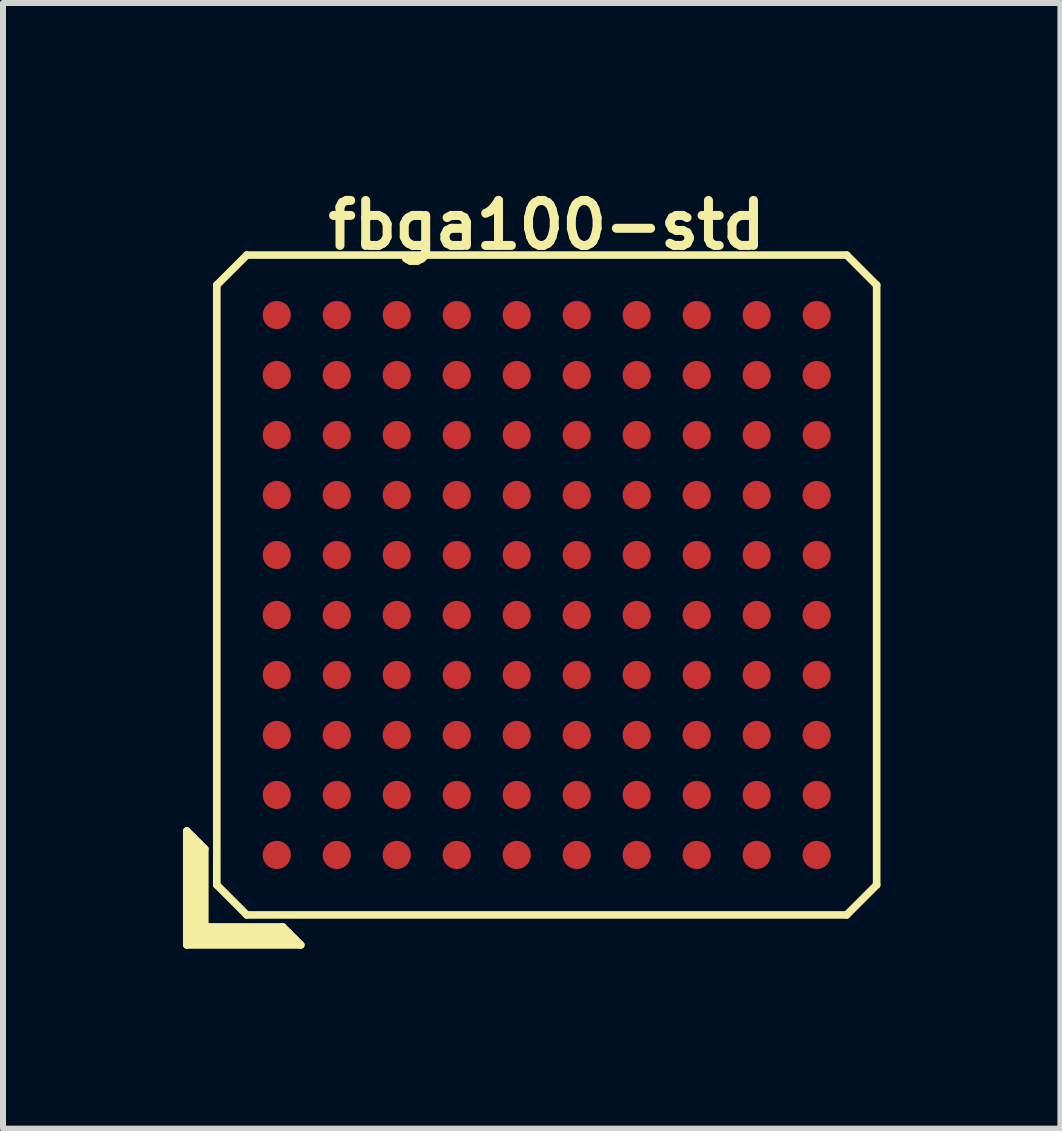
<source format=kicad_pcb>
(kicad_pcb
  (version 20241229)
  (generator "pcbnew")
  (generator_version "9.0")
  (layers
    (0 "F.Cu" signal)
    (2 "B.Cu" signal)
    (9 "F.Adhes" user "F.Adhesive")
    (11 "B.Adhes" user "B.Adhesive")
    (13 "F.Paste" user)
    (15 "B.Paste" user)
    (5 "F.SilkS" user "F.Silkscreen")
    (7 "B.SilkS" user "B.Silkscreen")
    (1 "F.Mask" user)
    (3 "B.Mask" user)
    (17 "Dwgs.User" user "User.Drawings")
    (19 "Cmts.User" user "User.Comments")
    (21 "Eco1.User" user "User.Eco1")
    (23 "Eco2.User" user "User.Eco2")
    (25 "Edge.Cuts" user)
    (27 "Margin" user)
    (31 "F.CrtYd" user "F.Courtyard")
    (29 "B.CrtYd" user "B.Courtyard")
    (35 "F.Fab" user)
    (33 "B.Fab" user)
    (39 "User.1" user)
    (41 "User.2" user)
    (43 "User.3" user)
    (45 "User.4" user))
  (footprint "fbga100-std"
    (layer "F.Cu")
    (at 6.064 6.702)
    (property "Reference" "fbga100-std" (at 0 -6 0) (layer "F.SilkS") (effects (font (size 0.75 0.75) (thickness 0.15))))
    (attr smd)
    (fp_line (start -6 4.1) (end -5.7 4.4) (stroke (width 0.127) (type solid)) (layer "F.SilkS"))
    (fp_line (start -6 6) (end -6 4.1) (stroke (width 0.127) (type solid)) (layer "F.SilkS"))
    (fp_line (start -5.9 5.9) (end -5.9 4.2) (stroke (width 0.127) (type solid)) (layer "F.SilkS"))
    (fp_line (start -5.8 4.3) (end -5.8 5.8) (stroke (width 0.127) (type solid)) (layer "F.SilkS"))
    (fp_line (start -5.8 5.8) (end -4.3 5.8) (stroke (width 0.127) (type solid)) (layer "F.SilkS"))
    (fp_line (start -5.7 4.4) (end -5.7 5.7) (stroke (width 0.127) (type solid)) (layer "F.SilkS"))
    (fp_line (start -5.7 5.7) (end -4.4 5.7) (stroke (width 0.127) (type solid)) (layer "F.SilkS"))
    (fp_line (start -5.5 -5) (end -5 -5.5) (stroke (width 0.127) (type solid)) (layer "F.SilkS"))
    (fp_line (start -5.5 5) (end -5.5 -5) (stroke (width 0.127) (type solid)) (layer "F.SilkS"))
    (fp_line (start -5 -5.5) (end 5 -5.5) (stroke (width 0.127) (type solid)) (layer "F.SilkS"))
    (fp_line (start -5 5.5) (end -5.5 5) (stroke (width 0.127) (type solid)) (layer "F.SilkS"))
    (fp_line (start -4.4 5.7) (end -4.1 6) (stroke (width 0.127) (type solid)) (layer "F.SilkS"))
    (fp_line (start -4.2 5.9) (end -5.9 5.9) (stroke (width 0.127) (type solid)) (layer "F.SilkS"))
    (fp_line (start -4.1 6) (end -6 6) (stroke (width 0.127) (type solid)) (layer "F.SilkS"))
    (fp_line (start 5 -5.5) (end 5.5 -5) (stroke (width 0.127) (type solid)) (layer "F.SilkS"))
    (fp_line (start 5 5.5) (end -5 5.5) (stroke (width 0.127) (type solid)) (layer "F.SilkS"))
    (fp_line (start 5.5 -5) (end 5.5 5) (stroke (width 0.127) (type solid)) (layer "F.SilkS"))
    (fp_line (start 5.5 5) (end 5 5.5) (stroke (width 0.127) (type solid)) (layer "F.SilkS"))
    (pad "A1" smd circle (at -4.5 4.5) (size 0.47 0.47) (layers "F.Cu" "F.Mask" "F.Paste"))
    (pad "A2" smd circle (at -4.5 3.5) (size 0.47 0.47) (layers "F.Cu" "F.Mask" "F.Paste"))
    (pad "A3" smd circle (at -4.5 2.5) (size 0.47 0.47) (layers "F.Cu" "F.Mask" "F.Paste"))
    (pad "A4" smd circle (at -4.5 1.5) (size 0.47 0.47) (layers "F.Cu" "F.Mask" "F.Paste"))
    (pad "A5" smd circle (at -4.5 0.5) (size 0.47 0.47) (layers "F.Cu" "F.Mask" "F.Paste"))
    (pad "A6" smd circle (at -4.5 -0.5) (size 0.47 0.47) (layers "F.Cu" "F.Mask" "F.Paste"))
    (pad "A7" smd circle (at -4.5 -1.5) (size 0.47 0.47) (layers "F.Cu" "F.Mask" "F.Paste"))
    (pad "A8" smd circle (at -4.5 -2.5) (size 0.47 0.47) (layers "F.Cu" "F.Mask" "F.Paste"))
    (pad "A9" smd circle (at -4.5 -3.5) (size 0.47 0.47) (layers "F.Cu" "F.Mask" "F.Paste"))
    (pad "A10" smd circle (at -4.5 -4.5) (size 0.47 0.47) (layers "F.Cu" "F.Mask" "F.Paste"))
    (pad "B1" smd circle (at -3.5 4.5) (size 0.47 0.47) (layers "F.Cu" "F.Mask" "F.Paste"))
    (pad "B2" smd circle (at -3.5 3.5) (size 0.47 0.47) (layers "F.Cu" "F.Mask" "F.Paste"))
    (pad "B3" smd circle (at -3.5 2.5) (size 0.47 0.47) (layers "F.Cu" "F.Mask" "F.Paste"))
    (pad "B4" smd circle (at -3.5 1.5) (size 0.47 0.47) (layers "F.Cu" "F.Mask" "F.Paste"))
    (pad "B5" smd circle (at -3.5 0.5) (size 0.47 0.47) (layers "F.Cu" "F.Mask" "F.Paste"))
    (pad "B6" smd circle (at -3.5 -0.5) (size 0.47 0.47) (layers "F.Cu" "F.Mask" "F.Paste"))
    (pad "B7" smd circle (at -3.5 -1.5) (size 0.47 0.47) (layers "F.Cu" "F.Mask" "F.Paste"))
    (pad "B8" smd circle (at -3.5 -2.5) (size 0.47 0.47) (layers "F.Cu" "F.Mask" "F.Paste"))
    (pad "B9" smd circle (at -3.5 -3.5) (size 0.47 0.47) (layers "F.Cu" "F.Mask" "F.Paste"))
    (pad "B10" smd circle (at -3.5 -4.5) (size 0.47 0.47) (layers "F.Cu" "F.Mask" "F.Paste"))
    (pad "C1" smd circle (at -2.5 4.5) (size 0.47 0.47) (layers "F.Cu" "F.Mask" "F.Paste"))
    (pad "C2" smd circle (at -2.5 3.5) (size 0.47 0.47) (layers "F.Cu" "F.Mask" "F.Paste"))
    (pad "C3" smd circle (at -2.5 2.5) (size 0.47 0.47) (layers "F.Cu" "F.Mask" "F.Paste"))
    (pad "C4" smd circle (at -2.5 1.5) (size 0.47 0.47) (layers "F.Cu" "F.Mask" "F.Paste"))
    (pad "C5" smd circle (at -2.5 0.5) (size 0.47 0.47) (layers "F.Cu" "F.Mask" "F.Paste"))
    (pad "C6" smd circle (at -2.5 -0.5) (size 0.47 0.47) (layers "F.Cu" "F.Mask" "F.Paste"))
    (pad "C7" smd circle (at -2.5 -1.5) (size 0.47 0.47) (layers "F.Cu" "F.Mask" "F.Paste"))
    (pad "C8" smd circle (at -2.5 -2.5) (size 0.47 0.47) (layers "F.Cu" "F.Mask" "F.Paste"))
    (pad "C9" smd circle (at -2.5 -3.5) (size 0.47 0.47) (layers "F.Cu" "F.Mask" "F.Paste"))
    (pad "C10" smd circle (at -2.5 -4.5) (size 0.47 0.47) (layers "F.Cu" "F.Mask" "F.Paste"))
    (pad "D1" smd circle (at -1.5 4.5) (size 0.47 0.47) (layers "F.Cu" "F.Mask" "F.Paste"))
    (pad "D2" smd circle (at -1.5 3.5) (size 0.47 0.47) (layers "F.Cu" "F.Mask" "F.Paste"))
    (pad "D3" smd circle (at -1.5 2.5) (size 0.47 0.47) (layers "F.Cu" "F.Mask" "F.Paste"))
    (pad "D4" smd circle (at -1.5 1.5) (size 0.47 0.47) (layers "F.Cu" "F.Mask" "F.Paste"))
    (pad "D5" smd circle (at -1.5 0.5) (size 0.47 0.47) (layers "F.Cu" "F.Mask" "F.Paste"))
    (pad "D6" smd circle (at -1.5 -0.5) (size 0.47 0.47) (layers "F.Cu" "F.Mask" "F.Paste"))
    (pad "D7" smd circle (at -1.5 -1.5) (size 0.47 0.47) (layers "F.Cu" "F.Mask" "F.Paste"))
    (pad "D8" smd circle (at -1.5 -2.5) (size 0.47 0.47) (layers "F.Cu" "F.Mask" "F.Paste"))
    (pad "D9" smd circle (at -1.5 -3.5) (size 0.47 0.47) (layers "F.Cu" "F.Mask" "F.Paste"))
    (pad "D10" smd circle (at -1.5 -4.5) (size 0.47 0.47) (layers "F.Cu" "F.Mask" "F.Paste"))
    (pad "E1" smd circle (at -0.5 4.5) (size 0.47 0.47) (layers "F.Cu" "F.Mask" "F.Paste"))
    (pad "E2" smd circle (at -0.5 3.5) (size 0.47 0.47) (layers "F.Cu" "F.Mask" "F.Paste"))
    (pad "E3" smd circle (at -0.5 2.5) (size 0.47 0.47) (layers "F.Cu" "F.Mask" "F.Paste"))
    (pad "E4" smd circle (at -0.5 1.5) (size 0.47 0.47) (layers "F.Cu" "F.Mask" "F.Paste"))
    (pad "E5" smd circle (at -0.5 0.5) (size 0.47 0.47) (layers "F.Cu" "F.Mask" "F.Paste"))
    (pad "E6" smd circle (at -0.5 -0.5) (size 0.47 0.47) (layers "F.Cu" "F.Mask" "F.Paste"))
    (pad "E7" smd circle (at -0.5 -1.5) (size 0.47 0.47) (layers "F.Cu" "F.Mask" "F.Paste"))
    (pad "E8" smd circle (at -0.5 -2.5) (size 0.47 0.47) (layers "F.Cu" "F.Mask" "F.Paste"))
    (pad "E9" smd circle (at -0.5 -3.5) (size 0.47 0.47) (layers "F.Cu" "F.Mask" "F.Paste"))
    (pad "E10" smd circle (at -0.5 -4.5) (size 0.47 0.47) (layers "F.Cu" "F.Mask" "F.Paste"))
    (pad "F1" smd circle (at 0.5 4.5) (size 0.47 0.47) (layers "F.Cu" "F.Mask" "F.Paste"))
    (pad "F2" smd circle (at 0.5 3.5) (size 0.47 0.47) (layers "F.Cu" "F.Mask" "F.Paste"))
    (pad "F3" smd circle (at 0.5 2.5) (size 0.47 0.47) (layers "F.Cu" "F.Mask" "F.Paste"))
    (pad "F4" smd circle (at 0.5 1.5) (size 0.47 0.47) (layers "F.Cu" "F.Mask" "F.Paste"))
    (pad "F5" smd circle (at 0.5 0.5) (size 0.47 0.47) (layers "F.Cu" "F.Mask" "F.Paste"))
    (pad "F6" smd circle (at 0.5 -0.5) (size 0.47 0.47) (layers "F.Cu" "F.Mask" "F.Paste"))
    (pad "F7" smd circle (at 0.5 -1.5) (size 0.47 0.47) (layers "F.Cu" "F.Mask" "F.Paste"))
    (pad "F8" smd circle (at 0.5 -2.5) (size 0.47 0.47) (layers "F.Cu" "F.Mask" "F.Paste"))
    (pad "F9" smd circle (at 0.5 -3.5) (size 0.47 0.47) (layers "F.Cu" "F.Mask" "F.Paste"))
    (pad "F10" smd circle (at 0.5 -4.5) (size 0.47 0.47) (layers "F.Cu" "F.Mask" "F.Paste"))
    (pad "G1" smd circle (at 1.5 4.5) (size 0.47 0.47) (layers "F.Cu" "F.Mask" "F.Paste"))
    (pad "G2" smd circle (at 1.5 3.5) (size 0.47 0.47) (layers "F.Cu" "F.Mask" "F.Paste"))
    (pad "G3" smd circle (at 1.5 2.5) (size 0.47 0.47) (layers "F.Cu" "F.Mask" "F.Paste"))
    (pad "G4" smd circle (at 1.5 1.5) (size 0.47 0.47) (layers "F.Cu" "F.Mask" "F.Paste"))
    (pad "G5" smd circle (at 1.5 0.5) (size 0.47 0.47) (layers "F.Cu" "F.Mask" "F.Paste"))
    (pad "G6" smd circle (at 1.5 -0.5) (size 0.47 0.47) (layers "F.Cu" "F.Mask" "F.Paste"))
    (pad "G7" smd circle (at 1.5 -1.5) (size 0.47 0.47) (layers "F.Cu" "F.Mask" "F.Paste"))
    (pad "G8" smd circle (at 1.5 -2.5) (size 0.47 0.47) (layers "F.Cu" "F.Mask" "F.Paste"))
    (pad "G9" smd circle (at 1.5 -3.5) (size 0.47 0.47) (layers "F.Cu" "F.Mask" "F.Paste"))
    (pad "G10" smd circle (at 1.5 -4.5) (size 0.47 0.47) (layers "F.Cu" "F.Mask" "F.Paste"))
    (pad "H1" smd circle (at 2.5 4.5) (size 0.47 0.47) (layers "F.Cu" "F.Mask" "F.Paste"))
    (pad "H2" smd circle (at 2.5 3.5) (size 0.47 0.47) (layers "F.Cu" "F.Mask" "F.Paste"))
    (pad "H3" smd circle (at 2.5 2.5) (size 0.47 0.47) (layers "F.Cu" "F.Mask" "F.Paste"))
    (pad "H4" smd circle (at 2.5 1.5) (size 0.47 0.47) (layers "F.Cu" "F.Mask" "F.Paste"))
    (pad "H5" smd circle (at 2.5 0.5) (size 0.47 0.47) (layers "F.Cu" "F.Mask" "F.Paste"))
    (pad "H6" smd circle (at 2.5 -0.5) (size 0.47 0.47) (layers "F.Cu" "F.Mask" "F.Paste"))
    (pad "H7" smd circle (at 2.5 -1.5) (size 0.47 0.47) (layers "F.Cu" "F.Mask" "F.Paste"))
    (pad "H8" smd circle (at 2.5 -2.5) (size 0.47 0.47) (layers "F.Cu" "F.Mask" "F.Paste"))
    (pad "H9" smd circle (at 2.5 -3.5) (size 0.47 0.47) (layers "F.Cu" "F.Mask" "F.Paste"))
    (pad "H10" smd circle (at 2.5 -4.5) (size 0.47 0.47) (layers "F.Cu" "F.Mask" "F.Paste"))
    (pad "J1" smd circle (at 3.5 4.5) (size 0.47 0.47) (layers "F.Cu" "F.Mask" "F.Paste"))
    (pad "J2" smd circle (at 3.5 3.5) (size 0.47 0.47) (layers "F.Cu" "F.Mask" "F.Paste"))
    (pad "J3" smd circle (at 3.5 2.5) (size 0.47 0.47) (layers "F.Cu" "F.Mask" "F.Paste"))
    (pad "J4" smd circle (at 3.5 1.5) (size 0.47 0.47) (layers "F.Cu" "F.Mask" "F.Paste"))
    (pad "J5" smd circle (at 3.5 0.5) (size 0.47 0.47) (layers "F.Cu" "F.Mask" "F.Paste"))
    (pad "J6" smd circle (at 3.5 -0.5) (size 0.47 0.47) (layers "F.Cu" "F.Mask" "F.Paste"))
    (pad "J7" smd circle (at 3.5 -1.5) (size 0.47 0.47) (layers "F.Cu" "F.Mask" "F.Paste"))
    (pad "J8" smd circle (at 3.5 -2.5) (size 0.47 0.47) (layers "F.Cu" "F.Mask" "F.Paste"))
    (pad "J9" smd circle (at 3.5 -3.5) (size 0.47 0.47) (layers "F.Cu" "F.Mask" "F.Paste"))
    (pad "J10" smd circle (at 3.5 -4.5) (size 0.47 0.47) (layers "F.Cu" "F.Mask" "F.Paste"))
    (pad "K1" smd circle (at 4.5 4.5) (size 0.47 0.47) (layers "F.Cu" "F.Mask" "F.Paste"))
    (pad "K2" smd circle (at 4.5 3.5) (size 0.47 0.47) (layers "F.Cu" "F.Mask" "F.Paste"))
    (pad "K3" smd circle (at 4.5 2.5) (size 0.47 0.47) (layers "F.Cu" "F.Mask" "F.Paste"))
    (pad "K4" smd circle (at 4.5 1.5) (size 0.47 0.47) (layers "F.Cu" "F.Mask" "F.Paste"))
    (pad "K5" smd circle (at 4.5 0.5) (size 0.47 0.47) (layers "F.Cu" "F.Mask" "F.Paste"))
    (pad "K6" smd circle (at 4.5 -0.5) (size 0.47 0.47) (layers "F.Cu" "F.Mask" "F.Paste"))
    (pad "K7" smd circle (at 4.5 -1.5) (size 0.47 0.47) (layers "F.Cu" "F.Mask" "F.Paste"))
    (pad "K8" smd circle (at 4.5 -2.5) (size 0.47 0.47) (layers "F.Cu" "F.Mask" "F.Paste"))
    (pad "K9" smd circle (at 4.5 -3.5) (size 0.47 0.47) (layers "F.Cu" "F.Mask" "F.Paste"))
    (pad "K10" smd circle (at 4.5 -4.5) (size 0.47 0.47) (layers "F.Cu" "F.Mask" "F.Paste")))
  (gr_rect
    (start -3 -3)
    (end 14.627 15.765)
    (stroke (width 0.1) (type default))
    (fill no)
    (layer "Edge.Cuts")))
</source>
